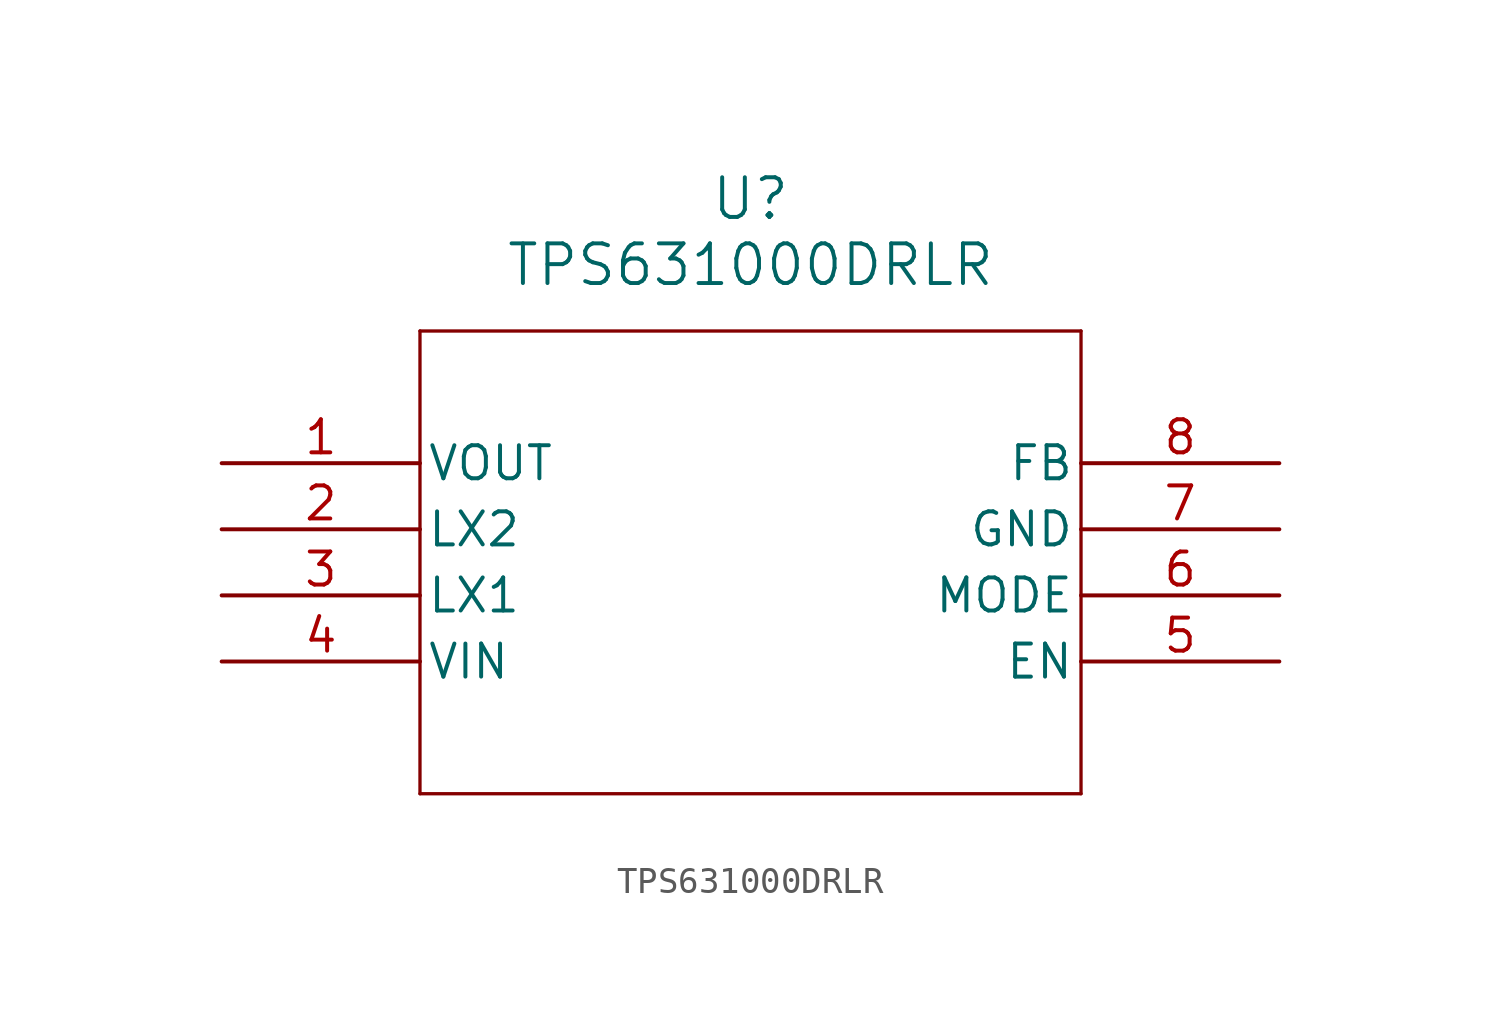
<source format=kicad_sym>
(kicad_symbol_lib
  (version 20211014)
  (generator kicad_symbol_editor)
  (symbol "TPS631000DRLR"
    (pin_names
      (offset 0.254))
    (property "Reference" "U"
      (at 20.32 10.16 0)
      (effects (font (size 1.524 1.524))))
    (property "Value" "TPS631000DRLR"
      (at 20.32 7.62 0)
      (effects (font (size 1.524 1.524))))
    (symbol "TPS631000DRLR_0_1"
      (polyline (pts (xy 7.62 5.08) (xy 7.62 -12.7)) (stroke (width 0.127) (type default) (color 0 0 0 0)) (fill (type none)))
      (polyline (pts (xy 7.62 -12.7) (xy 33.02 -12.7)) (stroke (width 0.127) (type default) (color 0 0 0 0)) (fill (type none)))
      (polyline (pts (xy 33.02 -12.7) (xy 33.02 5.08)) (stroke (width 0.127) (type default) (color 0 0 0 0)) (fill (type none)))
      (polyline (pts (xy 33.02 5.08) (xy 7.62 5.08)) (stroke (width 0.127) (type default) (color 0 0 0 0)) (fill (type none)))
      (pin power_in line (at 0 0 0) (length 7.62) (name "VOUT" (effects (font (size 1.27 1.27)))) (number "1" (effects (font (size 1.27 1.27)))))
      (pin power_in line (at 0 -2.54 0) (length 7.62) (name "LX2" (effects (font (size 1.27 1.27)))) (number "2" (effects (font (size 1.27 1.27)))))
      (pin power_in line (at 0 -5.08 0) (length 7.62) (name "LX1" (effects (font (size 1.27 1.27)))) (number "3" (effects (font (size 1.27 1.27)))))
      (pin power_in line (at 0 -7.62 0) (length 7.62) (name "VIN" (effects (font (size 1.27 1.27)))) (number "4" (effects (font (size 1.27 1.27)))))
      (pin input line (at 40.64 -7.62 180) (length 7.62) (name "EN" (effects (font (size 1.27 1.27)))) (number "5" (effects (font (size 1.27 1.27)))))
      (pin input line (at 40.64 -5.08 180) (length 7.62) (name "MODE" (effects (font (size 1.27 1.27)))) (number "6" (effects (font (size 1.27 1.27)))))
      (pin power_in line (at 40.64 -2.54 180) (length 7.62) (name "GND" (effects (font (size 1.27 1.27)))) (number "7" (effects (font (size 1.27 1.27)))))
      (pin input line (at 40.64 0 180) (length 7.62) (name "FB" (effects (font (size 1.27 1.27)))) (number "8" (effects (font (size 1.27 1.27))))))))
</source>
